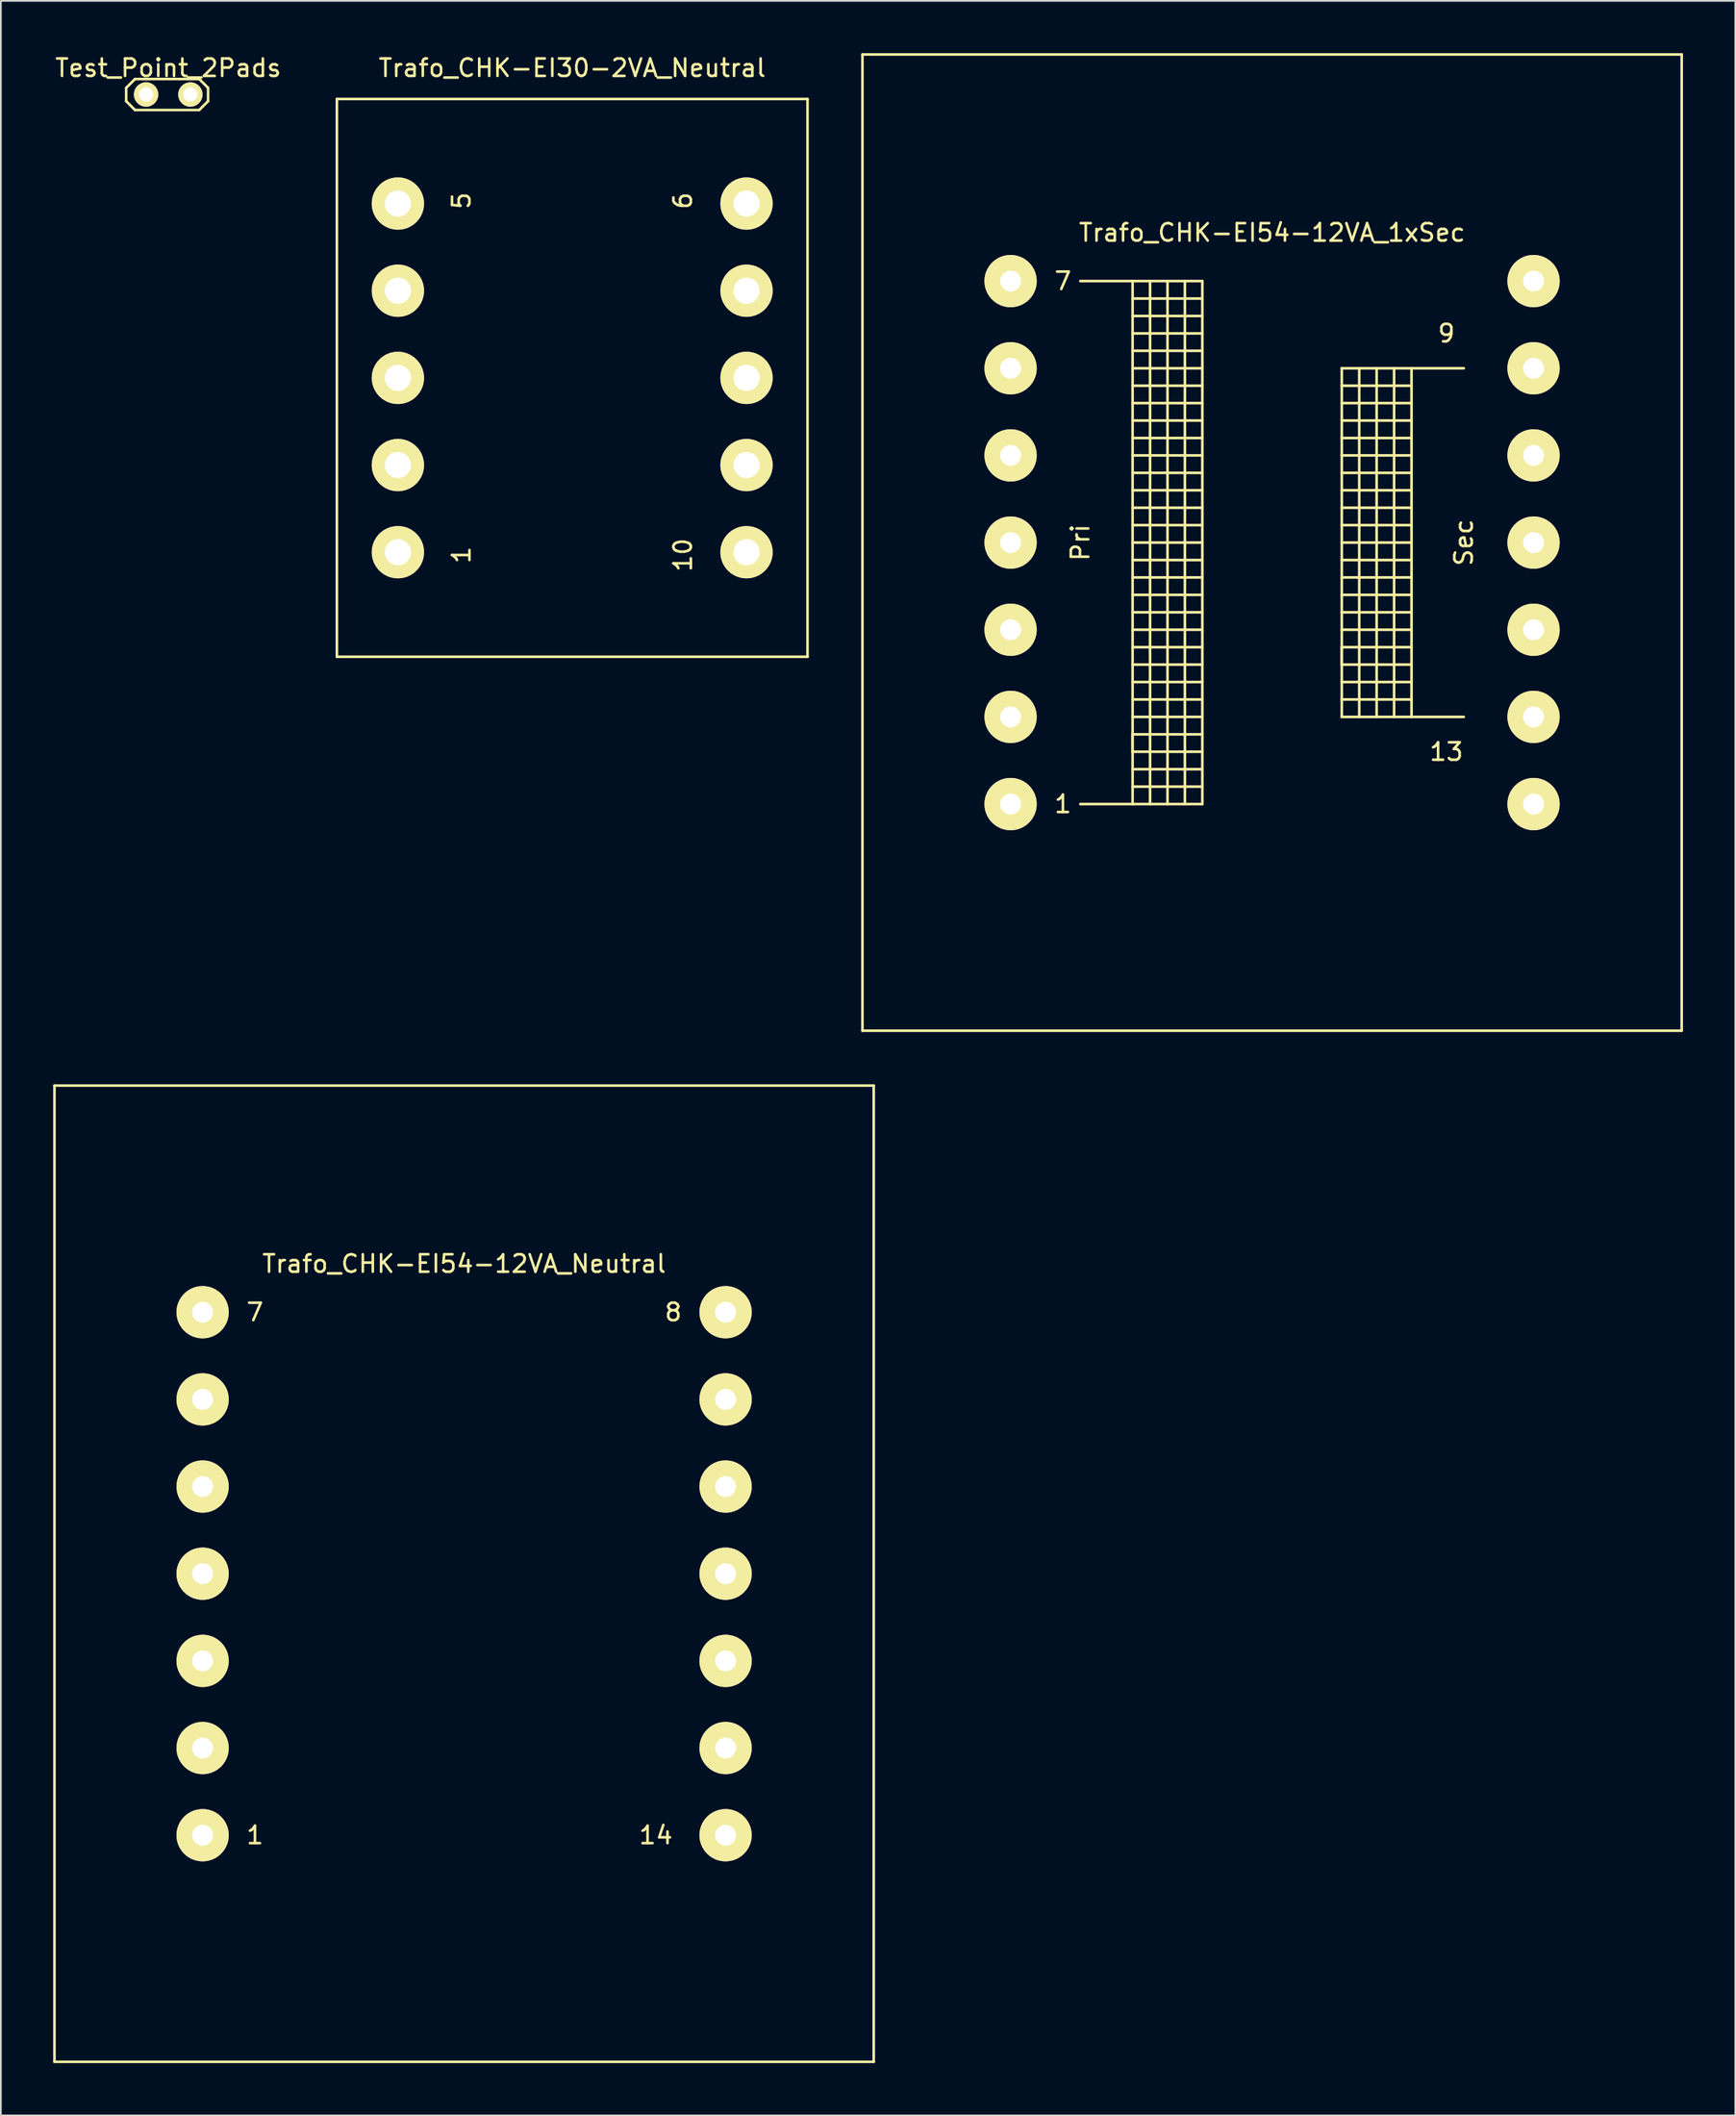
<source format=kicad_pcb>
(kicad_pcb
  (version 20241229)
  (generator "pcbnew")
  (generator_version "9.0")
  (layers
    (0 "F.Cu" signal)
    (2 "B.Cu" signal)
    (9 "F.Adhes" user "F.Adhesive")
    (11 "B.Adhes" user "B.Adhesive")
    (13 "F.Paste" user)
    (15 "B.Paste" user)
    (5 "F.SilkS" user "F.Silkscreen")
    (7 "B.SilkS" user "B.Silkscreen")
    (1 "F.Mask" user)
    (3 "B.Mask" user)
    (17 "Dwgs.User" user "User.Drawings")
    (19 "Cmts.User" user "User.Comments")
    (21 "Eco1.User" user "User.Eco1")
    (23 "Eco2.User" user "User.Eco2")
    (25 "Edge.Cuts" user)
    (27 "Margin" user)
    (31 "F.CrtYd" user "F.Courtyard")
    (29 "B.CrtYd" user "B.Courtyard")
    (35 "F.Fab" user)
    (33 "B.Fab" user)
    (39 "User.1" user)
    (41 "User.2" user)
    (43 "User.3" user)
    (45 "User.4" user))
  (footprint "Test_Point_2Pads"
    (layer "F.Cu")
    (at 6.601 2.372)
    (property "Reference" "Test_Point_2Pads" (at 0 -1.524 0) (layer "F.SilkS") (effects (font (size 1 1) (thickness 0.15))))
    (attr through_hole)
    (fp_line (start -2.413 -0.381) (end -1.905 -0.889) (stroke (width 0.15) (type solid)) (layer "F.SilkS"))
    (fp_line (start -2.413 0.381) (end -2.413 -0.381) (stroke (width 0.15) (type solid)) (layer "F.SilkS"))
    (fp_line (start -1.905 -0.889) (end 1.778 -0.889) (stroke (width 0.15) (type solid)) (layer "F.SilkS"))
    (fp_line (start -1.905 0.889) (end -2.413 0.381) (stroke (width 0.15) (type solid)) (layer "F.SilkS"))
    (fp_line (start 1.778 -0.889) (end 2.286 -0.381) (stroke (width 0.15) (type solid)) (layer "F.SilkS"))
    (fp_line (start 1.778 0.889) (end -1.905 0.889) (stroke (width 0.15) (type solid)) (layer "F.SilkS"))
    (fp_line (start 2.286 -0.381) (end 2.286 0.381) (stroke (width 0.15) (type solid)) (layer "F.SilkS"))
    (fp_line (start 2.286 0.381) (end 1.778 0.889) (stroke (width 0.15) (type solid)) (layer "F.SilkS"))
    (pad "1" thru_hole circle (at -1.27 0) (size 1.397 1.397) (drill 0.813) (layers "*.Cu" "*.Mask" "F.SilkS"))
    (pad "2" thru_hole circle (at 1.27 0) (size 1.397 1.397) (drill 0.813) (layers "*.Cu" "*.Mask" "F.SilkS")))
  (footprint "Trafo_CHK-EI30-2VA_Neutral"
    (layer "F.Cu")
    (at 29.777 18.628)
    (property "Reference" "Trafo_CHK-EI30-2VA_Neutral" (at 0 -17.78 0) (layer "F.SilkS") (effects (font (size 1 1) (thickness 0.15))))
    (attr through_hole)
    (fp_line (start -13.5 -15.999) (end -13.5 15.999) (stroke (width 0.15) (type solid)) (layer "F.SilkS"))
    (fp_line (start -13.5 15.999) (end 13.5 15.999) (stroke (width 0.15) (type solid)) (layer "F.SilkS"))
    (fp_line (start 13.5 -15.999) (end -13.5 -15.999) (stroke (width 0.15) (type solid)) (layer "F.SilkS"))
    (fp_line (start 13.5 15.999) (end 13.5 -15.999) (stroke (width 0.15) (type solid)) (layer "F.SilkS"))
    (fp_text user "10" (at 6.35 10.16 90) (layer "F.SilkS") (effects (font (size 1 1) (thickness 0.15))))
    (fp_text user "1" (at -6.35 10.16 90) (layer "F.SilkS") (effects (font (size 1 1) (thickness 0.15))))
    (fp_text user "5" (at -6.35 -10.16 90) (layer "F.SilkS") (effects (font (size 1 1) (thickness 0.15))))
    (fp_text user "6" (at 6.35 -10.16 90) (layer "F.SilkS") (effects (font (size 1 1) (thickness 0.15))))
    (pad "1" thru_hole circle (at -10 10) (size 3 3) (drill 1.501) (layers "*.Cu" "*.Mask" "F.SilkS"))
    (pad "2" thru_hole circle (at -10 5.001) (size 3 3) (drill 1.501) (layers "*.Cu" "*.Mask" "F.SilkS"))
    (pad "3" thru_hole circle (at -10 0) (size 3 3) (drill 1.501) (layers "*.Cu" "*.Mask" "F.SilkS"))
    (pad "4" thru_hole circle (at -10 -5.001) (size 3 3) (drill 1.501) (layers "*.Cu" "*.Mask" "F.SilkS"))
    (pad "5" thru_hole circle (at -10 -10) (size 3 3) (drill 1.501) (layers "*.Cu" "*.Mask" "F.SilkS"))
    (pad "6" thru_hole circle (at 10 -10) (size 3 3) (drill 1.501) (layers "*.Cu" "*.Mask" "F.SilkS"))
    (pad "7" thru_hole circle (at 10 -5.001) (size 3 3) (drill 1.501) (layers "*.Cu" "*.Mask" "F.SilkS"))
    (pad "8" thru_hole circle (at 10 0) (size 3 3) (drill 1.501) (layers "*.Cu" "*.Mask" "F.SilkS"))
    (pad "9" thru_hole circle (at 10 5.001) (size 3 3) (drill 1.501) (layers "*.Cu" "*.Mask" "F.SilkS"))
    (pad "10" thru_hole circle (at 10 10) (size 3 3) (drill 1.501) (layers "*.Cu" "*.Mask" "F.SilkS")))
  (footprint "Trafo_CHK-EI54-12VA_1xSec"
    (layer "F.Cu")
    (at 69.928 28.076)
    (property "Reference" "Trafo_CHK-EI54-12VA_1xSec" (at 0 -17.78 0) (layer "F.SilkS") (effects (font (size 1 1) (thickness 0.15))))
    (attr through_hole)
    (fp_line (start -23.5 -28.001) (end -23.5 28.001) (stroke (width 0.15) (type solid)) (layer "F.SilkS"))
    (fp_line (start -23.5 28.001) (end 23.5 28.001) (stroke (width 0.15) (type solid)) (layer "F.SilkS"))
    (fp_line (start -11.001 -15.001) (end -8.001 -15.001) (stroke (width 0.15) (type solid)) (layer "F.SilkS"))
    (fp_line (start -8.001 -15.001) (end -8.001 15.001) (stroke (width 0.15) (type solid)) (layer "F.SilkS"))
    (fp_line (start -8.001 -15.001) (end -4 -15.001) (stroke (width 0.15) (type solid)) (layer "F.SilkS"))
    (fp_line (start -8.001 -14) (end -4 -14) (stroke (width 0.15) (type solid)) (layer "F.SilkS"))
    (fp_line (start -8.001 -11.999) (end -4 -11.999) (stroke (width 0.15) (type solid)) (layer "F.SilkS"))
    (fp_line (start -8.001 -10) (end -4 -10) (stroke (width 0.15) (type solid)) (layer "F.SilkS"))
    (fp_line (start -8.001 -8.001) (end -4 -8.001) (stroke (width 0.15) (type solid)) (layer "F.SilkS"))
    (fp_line (start -8.001 -5.999) (end -4 -5.999) (stroke (width 0.15) (type solid)) (layer "F.SilkS"))
    (fp_line (start -8.001 -4) (end -4 -4) (stroke (width 0.15) (type solid)) (layer "F.SilkS"))
    (fp_line (start -8.001 -1.999) (end -4 -1.999) (stroke (width 0.15) (type solid)) (layer "F.SilkS"))
    (fp_line (start -8.001 0) (end -4 0) (stroke (width 0.15) (type solid)) (layer "F.SilkS"))
    (fp_line (start -8.001 1.999) (end -4 1.999) (stroke (width 0.15) (type solid)) (layer "F.SilkS"))
    (fp_line (start -8.001 4) (end -4 4) (stroke (width 0.15) (type solid)) (layer "F.SilkS"))
    (fp_line (start -8.001 5.999) (end -4 5.999) (stroke (width 0.15) (type solid)) (layer "F.SilkS"))
    (fp_line (start -8.001 8.001) (end -4 8.001) (stroke (width 0.15) (type solid)) (layer "F.SilkS"))
    (fp_line (start -8.001 10) (end -4 10) (stroke (width 0.15) (type solid)) (layer "F.SilkS"))
    (fp_line (start -8.001 11.001) (end -8.001 11.999) (stroke (width 0.15) (type solid)) (layer "F.SilkS"))
    (fp_line (start -8.001 11.999) (end -4 11.999) (stroke (width 0.15) (type solid)) (layer "F.SilkS"))
    (fp_line (start -8.001 14) (end -4 14) (stroke (width 0.15) (type solid)) (layer "F.SilkS"))
    (fp_line (start -8.001 15.001) (end -11.001 15.001) (stroke (width 0.15) (type solid)) (layer "F.SilkS"))
    (fp_line (start -7 -15.001) (end -7 15.001) (stroke (width 0.15) (type solid)) (layer "F.SilkS"))
    (fp_line (start -5.999 -15.001) (end -5.999 15.001) (stroke (width 0.15) (type solid)) (layer "F.SilkS"))
    (fp_line (start -5.001 3) (end -8.001 3) (stroke (width 0.15) (type solid)) (layer "F.SilkS"))
    (fp_line (start -5.001 3) (end -4 3) (stroke (width 0.15) (type solid)) (layer "F.SilkS"))
    (fp_line (start -5.001 15.001) (end -5.001 -15.001) (stroke (width 0.15) (type solid)) (layer "F.SilkS"))
    (fp_line (start -4 -15.001) (end -4 15.001) (stroke (width 0.15) (type solid)) (layer "F.SilkS"))
    (fp_line (start -4 -13) (end -8.001 -13) (stroke (width 0.15) (type solid)) (layer "F.SilkS"))
    (fp_line (start -4 -11.001) (end -8.001 -11.001) (stroke (width 0.15) (type solid)) (layer "F.SilkS"))
    (fp_line (start -4 -8.999) (end -8.001 -8.999) (stroke (width 0.15) (type solid)) (layer "F.SilkS"))
    (fp_line (start -4 -7) (end -8.001 -7) (stroke (width 0.15) (type solid)) (layer "F.SilkS"))
    (fp_line (start -4 -5.001) (end -8.001 -5.001) (stroke (width 0.15) (type solid)) (layer "F.SilkS"))
    (fp_line (start -4 -3) (end -8.001 -3) (stroke (width 0.15) (type solid)) (layer "F.SilkS"))
    (fp_line (start -4 -1.001) (end -8.001 -1.001) (stroke (width 0.15) (type solid)) (layer "F.SilkS"))
    (fp_line (start -4 1.001) (end -8.001 1.001) (stroke (width 0.15) (type solid)) (layer "F.SilkS"))
    (fp_line (start -4 5.001) (end -8.001 5.001) (stroke (width 0.15) (type solid)) (layer "F.SilkS"))
    (fp_line (start -4 7) (end -8.001 7) (stroke (width 0.15) (type solid)) (layer "F.SilkS"))
    (fp_line (start -4 8.999) (end -8.001 8.999) (stroke (width 0.15) (type solid)) (layer "F.SilkS"))
    (fp_line (start -4 11.001) (end -8.001 11.001) (stroke (width 0.15) (type solid)) (layer "F.SilkS"))
    (fp_line (start -4 13) (end -8.001 13) (stroke (width 0.15) (type solid)) (layer "F.SilkS"))
    (fp_line (start -4 15.001) (end -8.001 15.001) (stroke (width 0.15) (type solid)) (layer "F.SilkS"))
    (fp_line (start 4 -10) (end 4 10) (stroke (width 0.15) (type solid)) (layer "F.SilkS"))
    (fp_line (start 4 -8.999) (end 8.001 -8.999) (stroke (width 0.15) (type solid)) (layer "F.SilkS"))
    (fp_line (start 4 -7) (end 8.001 -7) (stroke (width 0.15) (type solid)) (layer "F.SilkS"))
    (fp_line (start 4 -5.001) (end 8.001 -5.001) (stroke (width 0.15) (type solid)) (layer "F.SilkS"))
    (fp_line (start 4 -3) (end 8.001 -3) (stroke (width 0.15) (type solid)) (layer "F.SilkS"))
    (fp_line (start 4 -1.001) (end 8.001 -1.001) (stroke (width 0.15) (type solid)) (layer "F.SilkS"))
    (fp_line (start 4 1.001) (end 8.001 1.001) (stroke (width 0.15) (type solid)) (layer "F.SilkS"))
    (fp_line (start 4 3) (end 8.001 3) (stroke (width 0.15) (type solid)) (layer "F.SilkS"))
    (fp_line (start 4 5.001) (end 8.001 5.001) (stroke (width 0.15) (type solid)) (layer "F.SilkS"))
    (fp_line (start 4 5.999) (end 4 7) (stroke (width 0.15) (type solid)) (layer "F.SilkS"))
    (fp_line (start 4 7) (end 8.001 7) (stroke (width 0.15) (type solid)) (layer "F.SilkS"))
    (fp_line (start 4 8.999) (end 8.001 8.999) (stroke (width 0.15) (type solid)) (layer "F.SilkS"))
    (fp_line (start 4 10) (end 8.001 10) (stroke (width 0.15) (type solid)) (layer "F.SilkS"))
    (fp_line (start 5.001 10) (end 5.001 -10) (stroke (width 0.15) (type solid)) (layer "F.SilkS"))
    (fp_line (start 5.999 -10) (end 5.999 10) (stroke (width 0.15) (type solid)) (layer "F.SilkS"))
    (fp_line (start 7 10) (end 7 -10) (stroke (width 0.15) (type solid)) (layer "F.SilkS"))
    (fp_line (start 8.001 -10) (end 4 -10) (stroke (width 0.15) (type solid)) (layer "F.SilkS"))
    (fp_line (start 8.001 -10) (end 8.001 10) (stroke (width 0.15) (type solid)) (layer "F.SilkS"))
    (fp_line (start 8.001 -8.001) (end 4 -8.001) (stroke (width 0.15) (type solid)) (layer "F.SilkS"))
    (fp_line (start 8.001 -5.999) (end 4 -5.999) (stroke (width 0.15) (type solid)) (layer "F.SilkS"))
    (fp_line (start 8.001 -4) (end 4 -4) (stroke (width 0.15) (type solid)) (layer "F.SilkS"))
    (fp_line (start 8.001 -1.999) (end 4 -1.999) (stroke (width 0.15) (type solid)) (layer "F.SilkS"))
    (fp_line (start 8.001 0) (end 4 0) (stroke (width 0.15) (type solid)) (layer "F.SilkS"))
    (fp_line (start 8.001 1.999) (end 4 1.999) (stroke (width 0.15) (type solid)) (layer "F.SilkS"))
    (fp_line (start 8.001 4) (end 4 4) (stroke (width 0.15) (type solid)) (layer "F.SilkS"))
    (fp_line (start 8.001 5.999) (end 4 5.999) (stroke (width 0.15) (type solid)) (layer "F.SilkS"))
    (fp_line (start 8.001 8.001) (end 4 8.001) (stroke (width 0.15) (type solid)) (layer "F.SilkS"))
    (fp_line (start 8.001 10) (end 11.001 10) (stroke (width 0.15) (type solid)) (layer "F.SilkS"))
    (fp_line (start 11.001 -10) (end 8.001 -10) (stroke (width 0.15) (type solid)) (layer "F.SilkS"))
    (fp_line (start 23.5 -28.001) (end -23.5 -28.001) (stroke (width 0.15) (type solid)) (layer "F.SilkS"))
    (fp_line (start 23.5 28.001) (end 23.5 -28.001) (stroke (width 0.15) (type solid)) (layer "F.SilkS"))
    (fp_text user "7" (at -11.999 -15.001 0) (layer "F.SilkS") (effects (font (size 1 1) (thickness 0.15))))
    (fp_text user "9" (at 10 -12.002 0) (layer "F.SilkS") (effects (font (size 1 1) (thickness 0.15))))
    (fp_text user "13" (at 10 12.002 0) (layer "F.SilkS") (effects (font (size 1 1) (thickness 0.15))))
    (fp_text user "1" (at -11.999 15.001 0) (layer "F.SilkS") (effects (font (size 1 1) (thickness 0.15))))
    (fp_text user "Pri" (at -11.001 0 90) (layer "F.SilkS") (effects (font (size 1 1) (thickness 0.15))))
    (fp_text user "Sec" (at 11.001 0 90) (layer "F.SilkS") (effects (font (size 1 1) (thickness 0.15))))
    (pad "1" thru_hole circle (at -15.001 15.001) (size 3 3) (drill 1.199) (layers "*.Cu" "*.Mask" "F.SilkS"))
    (pad "2" thru_hole circle (at -15.001 10) (size 3 3) (drill 1.199) (layers "*.Cu" "*.Mask" "F.SilkS"))
    (pad "3" thru_hole circle (at -15.001 5.001) (size 3 3) (drill 1.199) (layers "*.Cu" "*.Mask" "F.SilkS"))
    (pad "4" thru_hole circle (at -15.001 0) (size 3 3) (drill 1.199) (layers "*.Cu" "*.Mask" "F.SilkS"))
    (pad "5" thru_hole circle (at -15.001 -5.001) (size 3 3) (drill 1.199) (layers "*.Cu" "*.Mask" "F.SilkS"))
    (pad "6" thru_hole circle (at -15.001 -10) (size 3 3) (drill 1.199) (layers "*.Cu" "*.Mask" "F.SilkS"))
    (pad "7" thru_hole circle (at -15.001 -15.001) (size 3 3) (drill 1.199) (layers "*.Cu" "*.Mask" "F.SilkS"))
    (pad "8" thru_hole circle (at 15.001 -15.001) (size 3 3) (drill 1.199) (layers "*.Cu" "*.Mask" "F.SilkS"))
    (pad "9" thru_hole circle (at 15.001 -10) (size 3 3) (drill 1.199) (layers "*.Cu" "*.Mask" "F.SilkS"))
    (pad "10" thru_hole circle (at 15.001 -5.001) (size 3 3) (drill 1.199) (layers "*.Cu" "*.Mask" "F.SilkS"))
    (pad "11" thru_hole circle (at 15.001 0) (size 3 3) (drill 1.199) (layers "*.Cu" "*.Mask" "F.SilkS"))
    (pad "12" thru_hole circle (at 15.001 5.001) (size 3 3) (drill 1.199) (layers "*.Cu" "*.Mask" "F.SilkS"))
    (pad "13" thru_hole circle (at 15.001 10) (size 3 3) (drill 1.199) (layers "*.Cu" "*.Mask" "F.SilkS"))
    (pad "14" thru_hole circle (at 15.001 15.001) (size 3 3) (drill 1.199) (layers "*.Cu" "*.Mask" "F.SilkS")))
  (footprint "Trafo_CHK-EI54-12VA_Neutral"
    (layer "F.Cu")
    (at 23.575 87.228)
    (property "Reference" "Trafo_CHK-EI54-12VA_Neutral" (at 0 -17.78 0) (layer "F.SilkS") (effects (font (size 1 1) (thickness 0.15))))
    (attr through_hole)
    (fp_line (start -23.5 -28.001) (end -23.5 28.001) (stroke (width 0.15) (type solid)) (layer "F.SilkS"))
    (fp_line (start -23.5 28.001) (end 23.5 28.001) (stroke (width 0.15) (type solid)) (layer "F.SilkS"))
    (fp_line (start 23.5 -28.001) (end -23.5 -28.001) (stroke (width 0.15) (type solid)) (layer "F.SilkS"))
    (fp_line (start 23.5 28.001) (end 23.5 -28.001) (stroke (width 0.15) (type solid)) (layer "F.SilkS"))
    (fp_text user "1" (at -11.999 15.001 0) (layer "F.SilkS") (effects (font (size 1 1) (thickness 0.15))))
    (fp_text user "7" (at -11.999 -15.001 0) (layer "F.SilkS") (effects (font (size 1 1) (thickness 0.15))))
    (fp_text user "14" (at 11.001 15.001 0) (layer "F.SilkS") (effects (font (size 1 1) (thickness 0.15))))
    (fp_text user "8" (at 11.999 -15.001 0) (layer "F.SilkS") (effects (font (size 1 1) (thickness 0.15))))
    (pad "1" thru_hole circle (at -15.001 15.001) (size 3 3) (drill 1.199) (layers "*.Cu" "*.Mask" "F.SilkS"))
    (pad "2" thru_hole circle (at -15.001 10) (size 3 3) (drill 1.199) (layers "*.Cu" "*.Mask" "F.SilkS"))
    (pad "3" thru_hole circle (at -15.001 5.001) (size 3 3) (drill 1.199) (layers "*.Cu" "*.Mask" "F.SilkS"))
    (pad "4" thru_hole circle (at -15.001 0) (size 3 3) (drill 1.199) (layers "*.Cu" "*.Mask" "F.SilkS"))
    (pad "5" thru_hole circle (at -15.001 -5.001) (size 3 3) (drill 1.199) (layers "*.Cu" "*.Mask" "F.SilkS"))
    (pad "6" thru_hole circle (at -15.001 -10) (size 3 3) (drill 1.199) (layers "*.Cu" "*.Mask" "F.SilkS"))
    (pad "7" thru_hole circle (at -15.001 -15.001) (size 3 3) (drill 1.199) (layers "*.Cu" "*.Mask" "F.SilkS"))
    (pad "8" thru_hole circle (at 15.001 -15.001) (size 3 3) (drill 1.199) (layers "*.Cu" "*.Mask" "F.SilkS"))
    (pad "9" thru_hole circle (at 15.001 -10) (size 3 3) (drill 1.199) (layers "*.Cu" "*.Mask" "F.SilkS"))
    (pad "10" thru_hole circle (at 15.001 -5.001) (size 3 3) (drill 1.199) (layers "*.Cu" "*.Mask" "F.SilkS"))
    (pad "11" thru_hole circle (at 15.001 0) (size 3 3) (drill 1.199) (layers "*.Cu" "*.Mask" "F.SilkS"))
    (pad "12" thru_hole circle (at 15.001 5.001) (size 3 3) (drill 1.199) (layers "*.Cu" "*.Mask" "F.SilkS"))
    (pad "13" thru_hole circle (at 15.001 10) (size 3 3) (drill 1.199) (layers "*.Cu" "*.Mask" "F.SilkS"))
    (pad "14" thru_hole circle (at 15.001 15.001) (size 3 3) (drill 1.199) (layers "*.Cu" "*.Mask" "F.SilkS")))
  (gr_rect
    (start -3 -3)
    (end 96.503 118.304)
    (stroke (width 0.1) (type default))
    (fill no)
    (layer "Edge.Cuts")))
</source>
